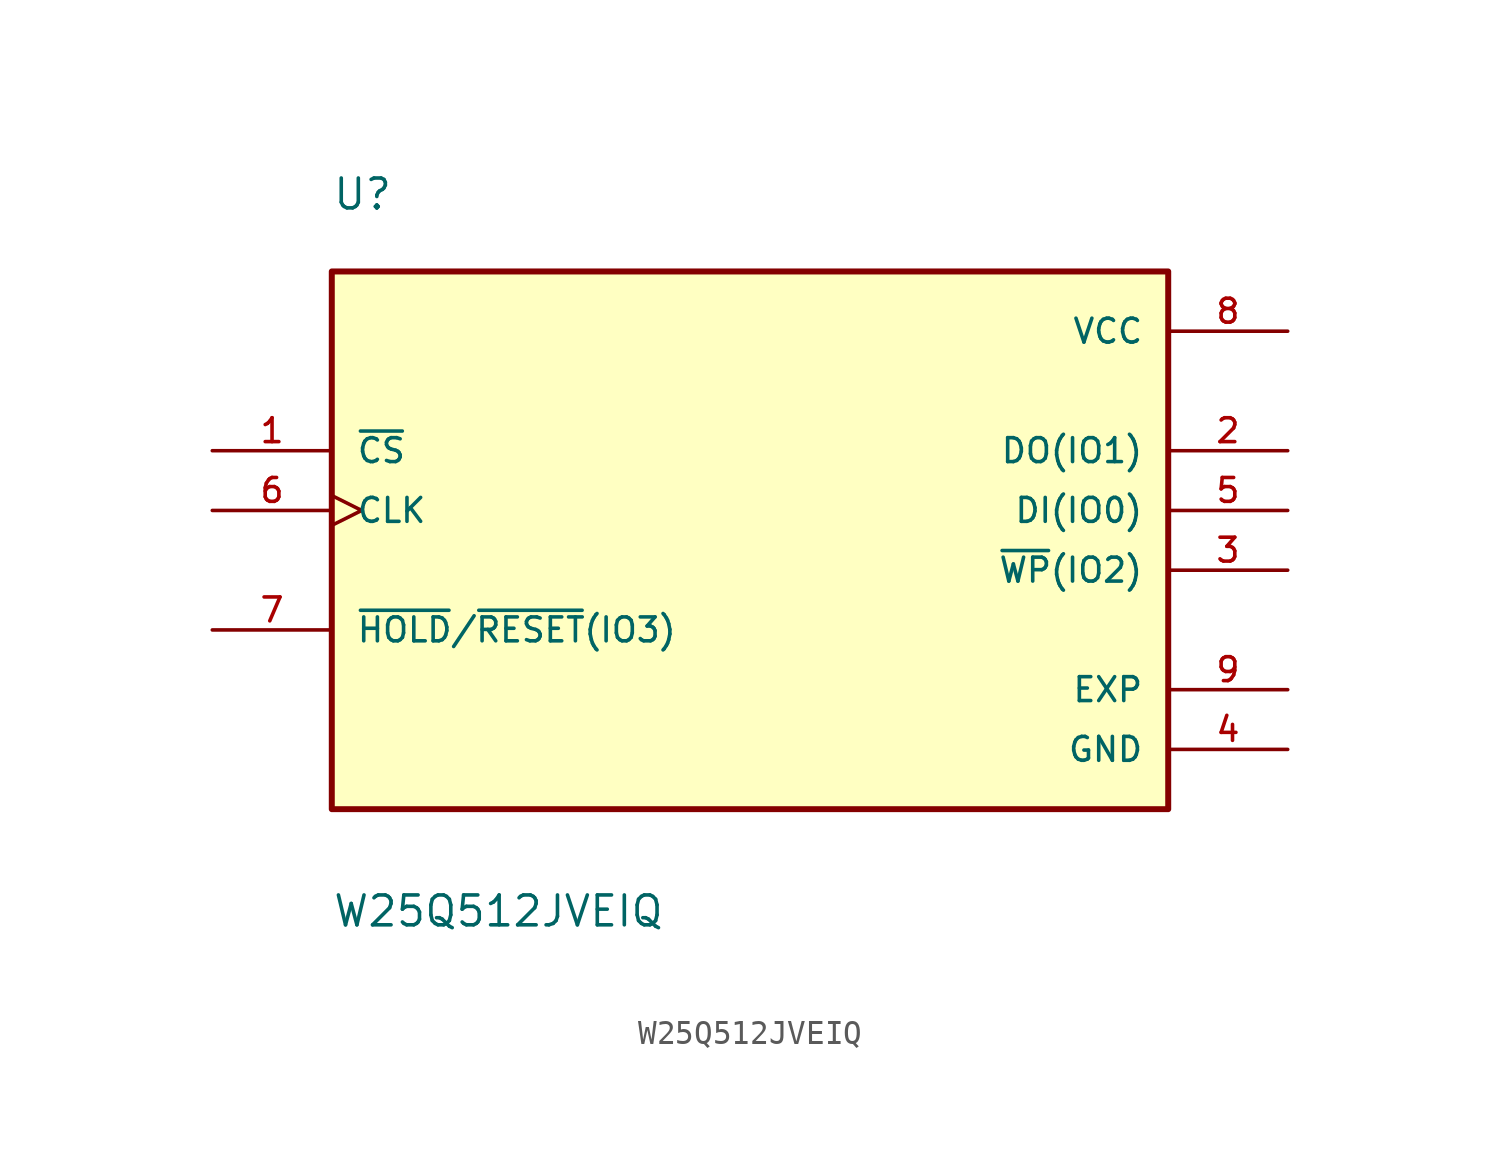
<source format=kicad_sym>
(kicad_symbol_lib
  (version 20211014)
  (generator kicad_symbol_editor)
  (symbol "W25Q512JVEIQ"
    (pin_names
      (offset 1.016))
    (property "Reference" "U"
      (at -17.78 15.24 0)
      (effects (font (size 1.27 1.27)) (justify bottom left)))
    (property "Value" "W25Q512JVEIQ"
      (at -17.78 -15.24 0)
      (effects (font (size 1.27 1.27)) (justify bottom left)))
    (symbol "W25Q512JVEIQ_0_0"
      (rectangle (start -17.78 -10.16) (end 17.78 12.7) (stroke (width 0.254)) (fill (type background)))
      (pin input line (at -22.86 5.08 0) (length 5.08) (name "~{CS}" (effects (font (size 1.016 1.016)))) (number "1" (effects (font (size 1.016 1.016)))))
      (pin bidirectional line (at 22.86 5.08 180.0) (length 5.08) (name "DO(IO1)" (effects (font (size 1.016 1.016)))) (number "2" (effects (font (size 1.016 1.016)))))
      (pin bidirectional line (at 22.86 0.0 180.0) (length 5.08) (name "~{WP}(IO2)" (effects (font (size 1.016 1.016)))) (number "3" (effects (font (size 1.016 1.016)))))
      (pin power_in line (at 22.86 -7.62 180.0) (length 5.08) (name "GND" (effects (font (size 1.016 1.016)))) (number "4" (effects (font (size 1.016 1.016)))))
      (pin power_in line (at 22.86 10.16 180.0) (length 5.08) (name "VCC" (effects (font (size 1.016 1.016)))) (number "8" (effects (font (size 1.016 1.016)))))
      (pin bidirectional line (at -22.86 -2.54 0) (length 5.08) (name "~{HOLD}/~{RESET}(IO3)" (effects (font (size 1.016 1.016)))) (number "7" (effects (font (size 1.016 1.016)))))
      (pin input clock (at -22.86 2.54 0) (length 5.08) (name "CLK" (effects (font (size 1.016 1.016)))) (number "6" (effects (font (size 1.016 1.016)))))
      (pin bidirectional line (at 22.86 2.54 180.0) (length 5.08) (name "DI(IO0)" (effects (font (size 1.016 1.016)))) (number "5" (effects (font (size 1.016 1.016)))))
      (pin passive line (at 22.86 -5.08 180.0) (length 5.08) (name "EXP" (effects (font (size 1.016 1.016)))) (number "9" (effects (font (size 1.016 1.016))))))))
</source>
